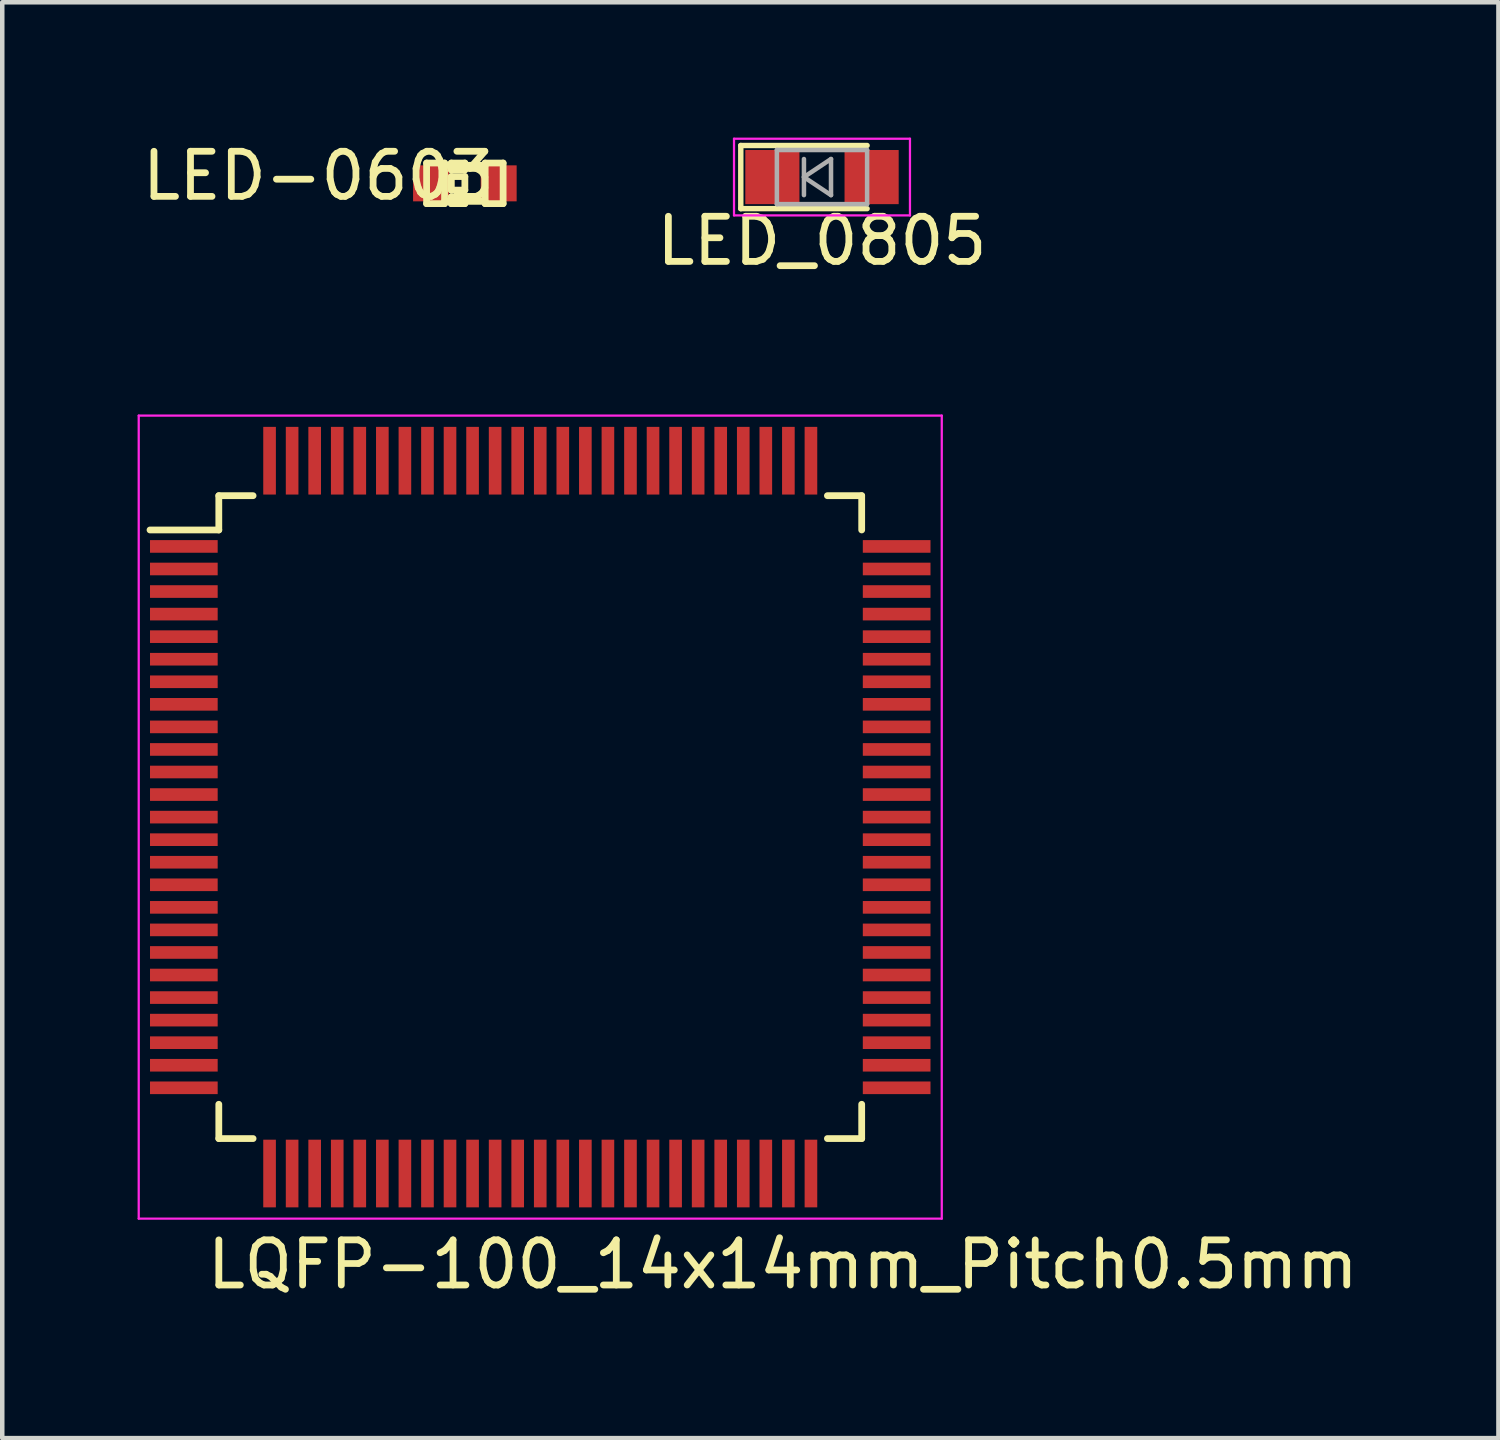
<source format=kicad_pcb>
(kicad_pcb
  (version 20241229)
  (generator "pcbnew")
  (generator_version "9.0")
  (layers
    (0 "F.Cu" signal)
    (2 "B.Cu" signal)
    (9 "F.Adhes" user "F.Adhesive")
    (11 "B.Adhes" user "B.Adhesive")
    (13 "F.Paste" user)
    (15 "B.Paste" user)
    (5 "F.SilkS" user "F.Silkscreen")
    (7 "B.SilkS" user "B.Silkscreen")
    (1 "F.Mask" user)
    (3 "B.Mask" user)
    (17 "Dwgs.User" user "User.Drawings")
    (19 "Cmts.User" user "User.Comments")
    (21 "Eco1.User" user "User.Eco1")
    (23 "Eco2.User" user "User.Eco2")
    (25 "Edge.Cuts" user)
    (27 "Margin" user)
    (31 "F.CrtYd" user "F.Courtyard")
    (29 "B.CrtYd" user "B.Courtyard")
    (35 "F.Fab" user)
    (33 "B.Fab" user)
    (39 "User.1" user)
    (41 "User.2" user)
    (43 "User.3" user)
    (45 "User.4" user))
  (footprint "LQFP-100_14x14mm_Pitch0.5mm"
    (layer "F.Cu")
    (at 8.925 15.062)
    (property "Reference" "LQFP-100_14x14mm_Pitch0.5mm" (at 5.376 9.916 0) (layer "F.SilkS") (effects (font (size 1 1) (thickness 0.15))))
    (attr smd)
    (fp_line (start -7.125 -7.125) (end -7.125 -6.365) (stroke (width 0.15) (type solid)) (layer "F.SilkS"))
    (fp_line (start -7.125 -7.125) (end -6.365 -7.125) (stroke (width 0.15) (type solid)) (layer "F.SilkS"))
    (fp_line (start -7.125 -6.365) (end -8.65 -6.365) (stroke (width 0.15) (type solid)) (layer "F.SilkS"))
    (fp_line (start -7.125 7.125) (end -7.125 6.365) (stroke (width 0.15) (type solid)) (layer "F.SilkS"))
    (fp_line (start -7.125 7.125) (end -6.365 7.125) (stroke (width 0.15) (type solid)) (layer "F.SilkS"))
    (fp_line (start 7.125 -7.125) (end 6.365 -7.125) (stroke (width 0.15) (type solid)) (layer "F.SilkS"))
    (fp_line (start 7.125 -7.125) (end 7.125 -6.365) (stroke (width 0.15) (type solid)) (layer "F.SilkS"))
    (fp_line (start 7.125 7.125) (end 6.365 7.125) (stroke (width 0.15) (type solid)) (layer "F.SilkS"))
    (fp_line (start 7.125 7.125) (end 7.125 6.365) (stroke (width 0.15) (type solid)) (layer "F.SilkS"))
    (fp_line (start -8.9 -8.9) (end -8.9 8.9) (stroke (width 0.05) (type solid)) (layer "F.CrtYd"))
    (fp_line (start -8.9 -8.9) (end 8.9 -8.9) (stroke (width 0.05) (type solid)) (layer "F.CrtYd"))
    (fp_line (start -8.9 8.9) (end 8.9 8.9) (stroke (width 0.05) (type solid)) (layer "F.CrtYd"))
    (fp_line (start 8.9 -8.9) (end 8.9 8.9) (stroke (width 0.05) (type solid)) (layer "F.CrtYd"))
    (pad "1" smd rect (at -7.9 -6) (size 1.5 0.28) (layers "F.Cu" "F.Mask" "F.Paste"))
    (pad "2" smd rect (at -7.9 -5.5) (size 1.5 0.28) (layers "F.Cu" "F.Mask" "F.Paste"))
    (pad "3" smd rect (at -7.9 -5) (size 1.5 0.28) (layers "F.Cu" "F.Mask" "F.Paste"))
    (pad "4" smd rect (at -7.9 -4.5) (size 1.5 0.28) (layers "F.Cu" "F.Mask" "F.Paste"))
    (pad "5" smd rect (at -7.9 -4) (size 1.5 0.28) (layers "F.Cu" "F.Mask" "F.Paste"))
    (pad "6" smd rect (at -7.9 -3.5) (size 1.5 0.28) (layers "F.Cu" "F.Mask" "F.Paste"))
    (pad "7" smd rect (at -7.9 -3) (size 1.5 0.28) (layers "F.Cu" "F.Mask" "F.Paste"))
    (pad "8" smd rect (at -7.9 -2.5) (size 1.5 0.28) (layers "F.Cu" "F.Mask" "F.Paste"))
    (pad "9" smd rect (at -7.9 -2) (size 1.5 0.28) (layers "F.Cu" "F.Mask" "F.Paste"))
    (pad "10" smd rect (at -7.9 -1.5) (size 1.5 0.28) (layers "F.Cu" "F.Mask" "F.Paste"))
    (pad "11" smd rect (at -7.9 -1) (size 1.5 0.28) (layers "F.Cu" "F.Mask" "F.Paste"))
    (pad "12" smd rect (at -7.9 -0.5) (size 1.5 0.28) (layers "F.Cu" "F.Mask" "F.Paste"))
    (pad "13" smd rect (at -7.9 0) (size 1.5 0.28) (layers "F.Cu" "F.Mask" "F.Paste"))
    (pad "14" smd rect (at -7.9 0.5) (size 1.5 0.28) (layers "F.Cu" "F.Mask" "F.Paste"))
    (pad "15" smd rect (at -7.9 1) (size 1.5 0.28) (layers "F.Cu" "F.Mask" "F.Paste"))
    (pad "16" smd rect (at -7.9 1.5) (size 1.5 0.28) (layers "F.Cu" "F.Mask" "F.Paste"))
    (pad "17" smd rect (at -7.9 2) (size 1.5 0.28) (layers "F.Cu" "F.Mask" "F.Paste"))
    (pad "18" smd rect (at -7.9 2.5) (size 1.5 0.28) (layers "F.Cu" "F.Mask" "F.Paste"))
    (pad "19" smd rect (at -7.9 3) (size 1.5 0.28) (layers "F.Cu" "F.Mask" "F.Paste"))
    (pad "20" smd rect (at -7.9 3.5) (size 1.5 0.28) (layers "F.Cu" "F.Mask" "F.Paste"))
    (pad "21" smd rect (at -7.9 4) (size 1.5 0.28) (layers "F.Cu" "F.Mask" "F.Paste"))
    (pad "22" smd rect (at -7.9 4.5) (size 1.5 0.28) (layers "F.Cu" "F.Mask" "F.Paste"))
    (pad "23" smd rect (at -7.9 5) (size 1.5 0.28) (layers "F.Cu" "F.Mask" "F.Paste"))
    (pad "24" smd rect (at -7.9 5.5) (size 1.5 0.28) (layers "F.Cu" "F.Mask" "F.Paste"))
    (pad "25" smd rect (at -7.9 6) (size 1.5 0.28) (layers "F.Cu" "F.Mask" "F.Paste"))
    (pad "26" smd rect (at -6 7.9 90) (size 1.5 0.28) (layers "F.Cu" "F.Mask" "F.Paste"))
    (pad "27" smd rect (at -5.5 7.9 90) (size 1.5 0.28) (layers "F.Cu" "F.Mask" "F.Paste"))
    (pad "28" smd rect (at -5 7.9 90) (size 1.5 0.28) (layers "F.Cu" "F.Mask" "F.Paste"))
    (pad "29" smd rect (at -4.5 7.9 90) (size 1.5 0.28) (layers "F.Cu" "F.Mask" "F.Paste"))
    (pad "30" smd rect (at -4 7.9 90) (size 1.5 0.28) (layers "F.Cu" "F.Mask" "F.Paste"))
    (pad "31" smd rect (at -3.5 7.9 90) (size 1.5 0.28) (layers "F.Cu" "F.Mask" "F.Paste"))
    (pad "32" smd rect (at -3 7.9 90) (size 1.5 0.28) (layers "F.Cu" "F.Mask" "F.Paste"))
    (pad "33" smd rect (at -2.5 7.9 90) (size 1.5 0.28) (layers "F.Cu" "F.Mask" "F.Paste"))
    (pad "34" smd rect (at -2 7.9 90) (size 1.5 0.28) (layers "F.Cu" "F.Mask" "F.Paste"))
    (pad "35" smd rect (at -1.5 7.9 90) (size 1.5 0.28) (layers "F.Cu" "F.Mask" "F.Paste"))
    (pad "36" smd rect (at -1 7.9 90) (size 1.5 0.28) (layers "F.Cu" "F.Mask" "F.Paste"))
    (pad "37" smd rect (at -0.5 7.9 90) (size 1.5 0.28) (layers "F.Cu" "F.Mask" "F.Paste"))
    (pad "38" smd rect (at 0 7.9 90) (size 1.5 0.28) (layers "F.Cu" "F.Mask" "F.Paste"))
    (pad "39" smd rect (at 0.5 7.9 90) (size 1.5 0.28) (layers "F.Cu" "F.Mask" "F.Paste"))
    (pad "40" smd rect (at 1 7.9 90) (size 1.5 0.28) (layers "F.Cu" "F.Mask" "F.Paste"))
    (pad "41" smd rect (at 1.5 7.9 90) (size 1.5 0.28) (layers "F.Cu" "F.Mask" "F.Paste"))
    (pad "42" smd rect (at 2 7.9 90) (size 1.5 0.28) (layers "F.Cu" "F.Mask" "F.Paste"))
    (pad "43" smd rect (at 2.5 7.9 90) (size 1.5 0.28) (layers "F.Cu" "F.Mask" "F.Paste"))
    (pad "44" smd rect (at 3 7.9 90) (size 1.5 0.28) (layers "F.Cu" "F.Mask" "F.Paste"))
    (pad "45" smd rect (at 3.5 7.9 90) (size 1.5 0.28) (layers "F.Cu" "F.Mask" "F.Paste"))
    (pad "46" smd rect (at 4 7.9 90) (size 1.5 0.28) (layers "F.Cu" "F.Mask" "F.Paste"))
    (pad "47" smd rect (at 4.5 7.9 90) (size 1.5 0.28) (layers "F.Cu" "F.Mask" "F.Paste"))
    (pad "48" smd rect (at 5 7.9 90) (size 1.5 0.28) (layers "F.Cu" "F.Mask" "F.Paste"))
    (pad "49" smd rect (at 5.5 7.9 90) (size 1.5 0.28) (layers "F.Cu" "F.Mask" "F.Paste"))
    (pad "50" smd rect (at 6 7.9 90) (size 1.5 0.28) (layers "F.Cu" "F.Mask" "F.Paste"))
    (pad "51" smd rect (at 7.9 6) (size 1.5 0.28) (layers "F.Cu" "F.Mask" "F.Paste"))
    (pad "52" smd rect (at 7.9 5.5) (size 1.5 0.28) (layers "F.Cu" "F.Mask" "F.Paste"))
    (pad "53" smd rect (at 7.9 5) (size 1.5 0.28) (layers "F.Cu" "F.Mask" "F.Paste"))
    (pad "54" smd rect (at 7.9 4.5) (size 1.5 0.28) (layers "F.Cu" "F.Mask" "F.Paste"))
    (pad "55" smd rect (at 7.9 4) (size 1.5 0.28) (layers "F.Cu" "F.Mask" "F.Paste"))
    (pad "56" smd rect (at 7.9 3.5) (size 1.5 0.28) (layers "F.Cu" "F.Mask" "F.Paste"))
    (pad "57" smd rect (at 7.9 3) (size 1.5 0.28) (layers "F.Cu" "F.Mask" "F.Paste"))
    (pad "58" smd rect (at 7.9 2.5) (size 1.5 0.28) (layers "F.Cu" "F.Mask" "F.Paste"))
    (pad "59" smd rect (at 7.9 2) (size 1.5 0.28) (layers "F.Cu" "F.Mask" "F.Paste"))
    (pad "60" smd rect (at 7.9 1.5) (size 1.5 0.28) (layers "F.Cu" "F.Mask" "F.Paste"))
    (pad "61" smd rect (at 7.9 1) (size 1.5 0.28) (layers "F.Cu" "F.Mask" "F.Paste"))
    (pad "62" smd rect (at 7.9 0.5) (size 1.5 0.28) (layers "F.Cu" "F.Mask" "F.Paste"))
    (pad "63" smd rect (at 7.9 0) (size 1.5 0.28) (layers "F.Cu" "F.Mask" "F.Paste"))
    (pad "64" smd rect (at 7.9 -0.5) (size 1.5 0.28) (layers "F.Cu" "F.Mask" "F.Paste"))
    (pad "65" smd rect (at 7.9 -1) (size 1.5 0.28) (layers "F.Cu" "F.Mask" "F.Paste"))
    (pad "66" smd rect (at 7.9 -1.5) (size 1.5 0.28) (layers "F.Cu" "F.Mask" "F.Paste"))
    (pad "67" smd rect (at 7.9 -2) (size 1.5 0.28) (layers "F.Cu" "F.Mask" "F.Paste"))
    (pad "68" smd rect (at 7.9 -2.5) (size 1.5 0.28) (layers "F.Cu" "F.Mask" "F.Paste"))
    (pad "69" smd rect (at 7.9 -3) (size 1.5 0.28) (layers "F.Cu" "F.Mask" "F.Paste"))
    (pad "70" smd rect (at 7.9 -3.5) (size 1.5 0.28) (layers "F.Cu" "F.Mask" "F.Paste"))
    (pad "71" smd rect (at 7.9 -4) (size 1.5 0.28) (layers "F.Cu" "F.Mask" "F.Paste"))
    (pad "72" smd rect (at 7.9 -4.5) (size 1.5 0.28) (layers "F.Cu" "F.Mask" "F.Paste"))
    (pad "73" smd rect (at 7.9 -5) (size 1.5 0.28) (layers "F.Cu" "F.Mask" "F.Paste"))
    (pad "74" smd rect (at 7.9 -5.5) (size 1.5 0.28) (layers "F.Cu" "F.Mask" "F.Paste"))
    (pad "75" smd rect (at 7.9 -6) (size 1.5 0.28) (layers "F.Cu" "F.Mask" "F.Paste"))
    (pad "76" smd rect (at 6 -7.9 90) (size 1.5 0.28) (layers "F.Cu" "F.Mask" "F.Paste"))
    (pad "77" smd rect (at 5.5 -7.9 90) (size 1.5 0.28) (layers "F.Cu" "F.Mask" "F.Paste"))
    (pad "78" smd rect (at 5 -7.9 90) (size 1.5 0.28) (layers "F.Cu" "F.Mask" "F.Paste"))
    (pad "79" smd rect (at 4.5 -7.9 90) (size 1.5 0.28) (layers "F.Cu" "F.Mask" "F.Paste"))
    (pad "80" smd rect (at 4 -7.9 90) (size 1.5 0.28) (layers "F.Cu" "F.Mask" "F.Paste"))
    (pad "81" smd rect (at 3.5 -7.9 90) (size 1.5 0.28) (layers "F.Cu" "F.Mask" "F.Paste"))
    (pad "82" smd rect (at 3 -7.9 90) (size 1.5 0.28) (layers "F.Cu" "F.Mask" "F.Paste"))
    (pad "83" smd rect (at 2.5 -7.9 90) (size 1.5 0.28) (layers "F.Cu" "F.Mask" "F.Paste"))
    (pad "84" smd rect (at 2 -7.9 90) (size 1.5 0.28) (layers "F.Cu" "F.Mask" "F.Paste"))
    (pad "85" smd rect (at 1.5 -7.9 90) (size 1.5 0.28) (layers "F.Cu" "F.Mask" "F.Paste"))
    (pad "86" smd rect (at 1 -7.9 90) (size 1.5 0.28) (layers "F.Cu" "F.Mask" "F.Paste"))
    (pad "87" smd rect (at 0.5 -7.9 90) (size 1.5 0.28) (layers "F.Cu" "F.Mask" "F.Paste"))
    (pad "88" smd rect (at 0 -7.9 90) (size 1.5 0.28) (layers "F.Cu" "F.Mask" "F.Paste"))
    (pad "89" smd rect (at -0.5 -7.9 90) (size 1.5 0.28) (layers "F.Cu" "F.Mask" "F.Paste"))
    (pad "90" smd rect (at -1 -7.9 90) (size 1.5 0.28) (layers "F.Cu" "F.Mask" "F.Paste"))
    (pad "91" smd rect (at -1.5 -7.9 90) (size 1.5 0.28) (layers "F.Cu" "F.Mask" "F.Paste"))
    (pad "92" smd rect (at -2 -7.9 90) (size 1.5 0.28) (layers "F.Cu" "F.Mask" "F.Paste"))
    (pad "93" smd rect (at -2.5 -7.9 90) (size 1.5 0.28) (layers "F.Cu" "F.Mask" "F.Paste"))
    (pad "94" smd rect (at -3 -7.9 90) (size 1.5 0.28) (layers "F.Cu" "F.Mask" "F.Paste"))
    (pad "95" smd rect (at -3.5 -7.9 90) (size 1.5 0.28) (layers "F.Cu" "F.Mask" "F.Paste"))
    (pad "96" smd rect (at -4 -7.9 90) (size 1.5 0.28) (layers "F.Cu" "F.Mask" "F.Paste"))
    (pad "97" smd rect (at -4.5 -7.9 90) (size 1.5 0.28) (layers "F.Cu" "F.Mask" "F.Paste"))
    (pad "98" smd rect (at -5 -7.9 90) (size 1.5 0.28) (layers "F.Cu" "F.Mask" "F.Paste"))
    (pad "99" smd rect (at -5.5 -7.9 90) (size 1.5 0.28) (layers "F.Cu" "F.Mask" "F.Paste"))
    (pad "100" smd rect (at -6 -7.9 90) (size 1.5 0.28) (layers "F.Cu" "F.Mask" "F.Paste")))
  (footprint "LED_0805"
    (layer "F.Cu")
    (at 15.17 0.875)
    (property "Reference" "LED_0805" (at 0 1.414 0) (layer "F.SilkS") (effects (font (size 1 1) (thickness 0.15))))
    (attr smd)
    (fp_line (start -1.8 -0.7) (end -1.8 0.7) (stroke (width 0.12) (type solid)) (layer "F.SilkS"))
    (fp_line (start -1.8 -0.7) (end 1 -0.7) (stroke (width 0.12) (type solid)) (layer "F.SilkS"))
    (fp_line (start -1.8 0.7) (end 1 0.7) (stroke (width 0.12) (type solid)) (layer "F.SilkS"))
    (fp_line (start -1.95 -0.85) (end 1.95 -0.85) (stroke (width 0.05) (type solid)) (layer "F.CrtYd"))
    (fp_line (start -1.95 0.85) (end -1.95 -0.85) (stroke (width 0.05) (type solid)) (layer "F.CrtYd"))
    (fp_line (start 1.95 -0.85) (end 1.95 0.85) (stroke (width 0.05) (type solid)) (layer "F.CrtYd"))
    (fp_line (start 1.95 0.85) (end -1.95 0.85) (stroke (width 0.05) (type solid)) (layer "F.CrtYd"))
    (fp_line (start -1 -0.6) (end 1 -0.6) (stroke (width 0.1) (type solid)) (layer "F.Fab"))
    (fp_line (start -1 0.6) (end -1 -0.6) (stroke (width 0.1) (type solid)) (layer "F.Fab"))
    (fp_line (start -0.4 -0.4) (end -0.4 0.4) (stroke (width 0.1) (type solid)) (layer "F.Fab"))
    (fp_line (start -0.4 0) (end 0.2 -0.4) (stroke (width 0.1) (type solid)) (layer "F.Fab"))
    (fp_line (start 0.2 -0.4) (end 0.2 0.4) (stroke (width 0.1) (type solid)) (layer "F.Fab"))
    (fp_line (start 0.2 0.4) (end -0.4 0) (stroke (width 0.1) (type solid)) (layer "F.Fab"))
    (fp_line (start 1 -0.6) (end 1 0.6) (stroke (width 0.1) (type solid)) (layer "F.Fab"))
    (fp_line (start 1 0.6) (end -1 0.6) (stroke (width 0.1) (type solid)) (layer "F.Fab"))
    (pad "1" smd rect (at -1.1 0 180) (size 1.2 1.2) (layers "F.Cu" "F.Mask" "F.Paste"))
    (pad "2" smd rect (at 1.1 0 180) (size 1.2 1.2) (layers "F.Cu" "F.Mask" "F.Paste")))
  (footprint "LED-0603"
    (layer "F.Cu")
    (at 7.254 1.014)
    (property "Reference" "LED-0603" (at -3.248 -0.166 0) (layer "F.SilkS") (effects (font (size 1 1) (thickness 0.15))))
    (attr smd)
    (fp_line (start -0.848 -0.45) (end -0.848 0.45) (stroke (width 0.15) (type solid)) (layer "F.SilkS"))
    (fp_line (start -0.45 -0.45) (end -0.848 -0.45) (stroke (width 0.15) (type solid)) (layer "F.SilkS"))
    (fp_line (start -0.45 -0.45) (end -0.45 0.45) (stroke (width 0.15) (type solid)) (layer "F.SilkS"))
    (fp_line (start -0.45 -0.399) (end 0.45 -0.399) (stroke (width 0.15) (type solid)) (layer "F.SilkS"))
    (fp_line (start -0.45 0.399) (end 0.45 0.399) (stroke (width 0.15) (type solid)) (layer "F.SilkS"))
    (fp_line (start -0.45 0.45) (end -0.848 0.45) (stroke (width 0.15) (type solid)) (layer "F.SilkS"))
    (fp_line (start -0.3 -0.45) (end -0.3 -0.3) (stroke (width 0.15) (type solid)) (layer "F.SilkS"))
    (fp_line (start -0.3 -0.15) (end -0.3 0.15) (stroke (width 0.15) (type solid)) (layer "F.SilkS"))
    (fp_line (start -0.3 0.3) (end -0.3 0.45) (stroke (width 0.15) (type solid)) (layer "F.SilkS"))
    (fp_line (start 0 -0.45) (end -0.3 -0.45) (stroke (width 0.15) (type solid)) (layer "F.SilkS"))
    (fp_line (start 0 -0.45) (end 0 -0.3) (stroke (width 0.15) (type solid)) (layer "F.SilkS"))
    (fp_line (start 0 -0.3) (end -0.3 -0.3) (stroke (width 0.15) (type solid)) (layer "F.SilkS"))
    (fp_line (start 0 -0.15) (end -0.3 -0.15) (stroke (width 0.15) (type solid)) (layer "F.SilkS"))
    (fp_line (start 0 -0.15) (end 0 0.15) (stroke (width 0.15) (type solid)) (layer "F.SilkS"))
    (fp_line (start 0 0.15) (end -0.3 0.15) (stroke (width 0.15) (type solid)) (layer "F.SilkS"))
    (fp_line (start 0 0.3) (end -0.3 0.3) (stroke (width 0.15) (type solid)) (layer "F.SilkS"))
    (fp_line (start 0 0.3) (end 0 0.45) (stroke (width 0.15) (type solid)) (layer "F.SilkS"))
    (fp_line (start 0 0.45) (end -0.3 0.45) (stroke (width 0.15) (type solid)) (layer "F.SilkS"))
    (fp_line (start 0.45 -0.45) (end 0.45 0.45) (stroke (width 0.15) (type solid)) (layer "F.SilkS"))
    (fp_line (start 0.848 -0.45) (end 0.45 -0.45) (stroke (width 0.15) (type solid)) (layer "F.SilkS"))
    (fp_line (start 0.848 -0.45) (end 0.848 0.45) (stroke (width 0.15) (type solid)) (layer "F.SilkS"))
    (fp_line (start 0.848 0.45) (end 0.45 0.45) (stroke (width 0.15) (type solid)) (layer "F.SilkS"))
    (pad "1" smd rect (at -0.749 0 180) (size 0.798 0.798) (layers "F.Cu" "F.Mask" "F.Paste"))
    (pad "2" smd rect (at 0.749 0 180) (size 0.798 0.798) (layers "F.Cu" "F.Mask" "F.Paste")))
  (gr_rect
    (start -3 -3)
    (end 30.164 28.827)
    (stroke (width 0.1) (type default))
    (fill no)
    (layer "Edge.Cuts")))
</source>
